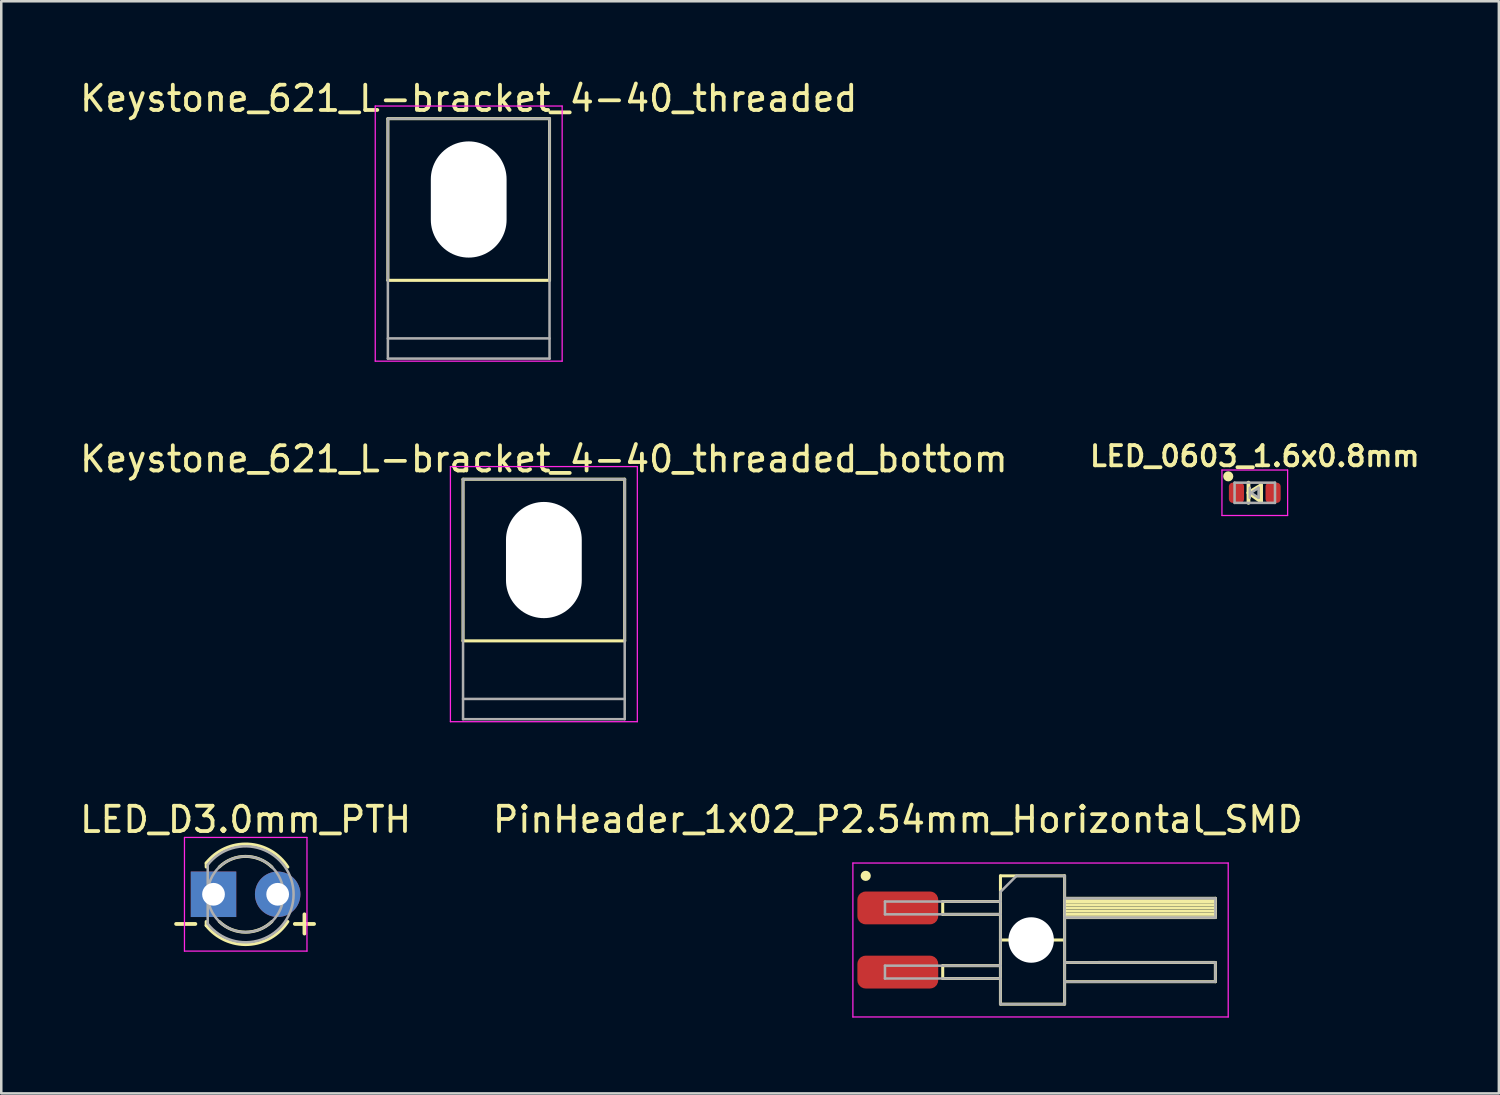
<source format=kicad_pcb>
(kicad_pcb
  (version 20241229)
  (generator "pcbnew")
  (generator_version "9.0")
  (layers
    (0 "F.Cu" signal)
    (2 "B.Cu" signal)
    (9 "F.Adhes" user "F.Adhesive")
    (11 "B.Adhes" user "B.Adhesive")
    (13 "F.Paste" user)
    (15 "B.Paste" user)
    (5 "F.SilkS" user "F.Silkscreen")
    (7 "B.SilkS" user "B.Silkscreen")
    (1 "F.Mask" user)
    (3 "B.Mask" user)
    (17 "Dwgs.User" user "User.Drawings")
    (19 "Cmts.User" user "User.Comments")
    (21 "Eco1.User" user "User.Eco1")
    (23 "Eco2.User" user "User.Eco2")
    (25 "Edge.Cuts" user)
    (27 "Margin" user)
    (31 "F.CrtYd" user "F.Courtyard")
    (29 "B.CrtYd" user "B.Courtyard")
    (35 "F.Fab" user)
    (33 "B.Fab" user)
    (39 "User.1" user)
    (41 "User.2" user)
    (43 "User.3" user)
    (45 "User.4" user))
  (footprint "LED_D3.0mm_PTH"
    (layer "F.Cu")
    (at 5.403 32.355)
    (property "Reference" "LED_D3.0mm_PTH" (at 1.27 -2.96 0) (layer "F.SilkS") (effects (font (size 1 1) (thickness 0.15))))
    (attr through_hole)
    (fp_line (start -0.29 -1.236) (end -0.29 -1.08) (stroke (width 0.12) (type solid)) (layer "F.SilkS"))
    (fp_line (start -0.29 1.08) (end -0.29 1.236) (stroke (width 0.12) (type solid)) (layer "F.SilkS"))
    (fp_arc (start -0.29 -1.235516) (mid 1.366487 -1.987659) (end 2.942335 -1.078608) (stroke (width 0.12) (type solid)) (layer "F.SilkS"))
    (fp_arc (start 0.229039 -1.08) (mid 1.270117 -1.5) (end 2.31113 -1.079837) (stroke (width 0.12) (type solid)) (layer "F.SilkS"))
    (fp_arc (start 2.31113 1.079837) (mid 1.270117 1.5) (end 0.229039 1.08) (stroke (width 0.12) (type solid)) (layer "F.SilkS"))
    (fp_arc (start 2.942335 1.078608) (mid 1.366487 1.987659) (end -0.29 1.235516) (stroke (width 0.12) (type solid)) (layer "F.SilkS"))
    (fp_line (start -1.15 -2.25) (end -1.15 2.25) (stroke (width 0.05) (type solid)) (layer "F.CrtYd"))
    (fp_line (start -1.15 2.25) (end 3.7 2.25) (stroke (width 0.05) (type solid)) (layer "F.CrtYd"))
    (fp_line (start 3.7 -2.25) (end -1.15 -2.25) (stroke (width 0.05) (type solid)) (layer "F.CrtYd"))
    (fp_line (start 3.7 2.25) (end 3.7 -2.25) (stroke (width 0.05) (type solid)) (layer "F.CrtYd"))
    (fp_line (start -0.23 -1.166) (end -0.23 1.166) (stroke (width 0.1) (type solid)) (layer "F.Fab"))
    (fp_arc (start -0.23 -1.16619) (mid 3.17 0.000452) (end -0.230555 1.165476) (stroke (width 0.1) (type solid)) (layer "F.Fab"))
    (fp_circle (center 1.27 0) (end 2.77 0) (stroke (width 0.1) (type solid)) (fill no) (layer "F.Fab"))
    (fp_text user "+" (at 3.6 1.1 0) (unlocked yes) (layer "F.SilkS") (effects (font (size 1 1) (thickness 0.15))))
    (fp_text user "-" (at -1.1 1.1 0) (unlocked yes) (layer "F.SilkS") (effects (font (size 1 1) (thickness 0.15))))
    (pad "1" thru_hole rect (at 0 0) (size 1.8 1.8) (drill 0.9) (layers "*.Cu" "*.Mask"))
    (pad "2" thru_hole circle (at 2.54 0) (size 1.8 1.8) (drill 0.9) (layers "*.Cu" "*.Mask")))
  (footprint "Keystone_621_L-bracket_4-40_threaded"
    (layer "F.Cu")
    (at 15.506 4.848)
    (property "Reference" "Keystone_621_L-bracket_4-40_threaded" (at 0 -4 0) (layer "F.SilkS") (effects (font (size 1 1) (thickness 0.15))))
    (attr through_hole)
    (fp_line (start -3.2 3.2) (end -3.2 -3.2) (stroke (width 0.12) (type solid)) (layer "F.SilkS"))
    (fp_line (start 3.2 -3.2) (end -3.2 -3.2) (stroke (width 0.12) (type solid)) (layer "F.SilkS"))
    (fp_line (start 3.2 3.2) (end -3.2 3.2) (stroke (width 0.12) (type solid)) (layer "F.SilkS"))
    (fp_line (start 3.2 3.2) (end 3.2 -3.2) (stroke (width 0.12) (type solid)) (layer "F.SilkS"))
    (fp_line (start -3.7 -3.7) (end -3.7 6.4) (stroke (width 0.05) (type solid)) (layer "F.CrtYd"))
    (fp_line (start 3.7 -3.7) (end -3.7 -3.7) (stroke (width 0.05) (type solid)) (layer "F.CrtYd"))
    (fp_line (start 3.7 -3.7) (end 3.7 6.4) (stroke (width 0.05) (type solid)) (layer "F.CrtYd"))
    (fp_line (start 3.7 6.4) (end -3.7 6.4) (stroke (width 0.05) (type solid)) (layer "F.CrtYd"))
    (fp_line (start -3.2 -3.2) (end 3.2 -3.2) (stroke (width 0.1) (type solid)) (layer "F.Fab"))
    (fp_line (start -3.2 6.3) (end -3.2 -3.2) (stroke (width 0.1) (type solid)) (layer "F.Fab"))
    (fp_line (start 3.2 -3.2) (end 3.2 6.3) (stroke (width 0.1) (type solid)) (layer "F.Fab"))
    (fp_line (start 3.2 5.5) (end -3.2 5.5) (stroke (width 0.1) (type solid)) (layer "F.Fab"))
    (fp_line (start 3.2 6.3) (end -3.2 6.3) (stroke (width 0.1) (type solid)) (layer "F.Fab"))
    (pad "" np_thru_hole oval (at 0 0) (size 3 4.6) (drill oval 3 4.6) (layers "*.Cu" "*.Mask")))
  (footprint "LED_0603_1.6x0.8mm"
    (layer "F.Cu")
    (at 46.627 16.459)
    (property "Reference" "LED_0603_1.6x0.8mm" (at 0 -1.45 0) (layer "F.SilkS") (effects (font (size 0.8 0.8) (thickness 0.152))))
    (attr smd)
    (fp_line (start -0.25 -0.4) (end -0.25 0.4) (stroke (width 0.15) (type solid)) (layer "F.SilkS"))
    (fp_line (start -0.25 0) (end 0.25 -0.3) (stroke (width 0.15) (type solid)) (layer "F.SilkS"))
    (fp_line (start 0.25 -0.3) (end 0.25 0.35) (stroke (width 0.15) (type solid)) (layer "F.SilkS"))
    (fp_line (start 0.25 0.35) (end -0.25 0) (stroke (width 0.15) (type solid)) (layer "F.SilkS"))
    (fp_circle (center -1.05 -0.65) (end -0.95 -0.65) (stroke (width 0.2) (type solid)) (fill no) (layer "F.SilkS"))
    (fp_line (start -1.3 -0.9) (end 1.3 -0.9) (stroke (width 0.05) (type solid)) (layer "F.CrtYd"))
    (fp_line (start -1.3 0.9) (end -1.3 -0.9) (stroke (width 0.05) (type solid)) (layer "F.CrtYd"))
    (fp_line (start 1.3 -0.9) (end 1.3 0.9) (stroke (width 0.05) (type solid)) (layer "F.CrtYd"))
    (fp_line (start 1.3 0.9) (end -1.3 0.9) (stroke (width 0.05) (type solid)) (layer "F.CrtYd"))
    (fp_line (start -0.8 -0.4) (end 0.8 -0.4) (stroke (width 0.1) (type solid)) (layer "F.Fab"))
    (fp_line (start -0.8 0.4) (end -0.8 -0.4) (stroke (width 0.1) (type solid)) (layer "F.Fab"))
    (fp_line (start -0.2 -0.2) (end -0.2 0.2) (stroke (width 0.1) (type solid)) (layer "F.Fab"))
    (fp_line (start -0.15 0) (end 0.15 -0.2) (stroke (width 0.1) (type solid)) (layer "F.Fab"))
    (fp_line (start 0.15 -0.2) (end 0.15 0.2) (stroke (width 0.1) (type solid)) (layer "F.Fab"))
    (fp_line (start 0.15 0.2) (end -0.15 0) (stroke (width 0.1) (type solid)) (layer "F.Fab"))
    (fp_line (start 0.8 -0.4) (end 0.8 0.4) (stroke (width 0.1) (type solid)) (layer "F.Fab"))
    (fp_line (start 0.8 0.4) (end -0.8 0.4) (stroke (width 0.1) (type solid)) (layer "F.Fab"))
    (pad "1" smd roundrect (at -0.725 0 180) (size 0.6 0.8) (layers "F.Cu" "F.Mask" "F.Paste") (roundrect_rratio 0.25))
    (pad "2" smd roundrect (at 0.725 0 180) (size 0.6 0.8) (layers "F.Cu" "F.Mask" "F.Paste") (roundrect_rratio 0.25)))
  (footprint "PinHeader_1x02_P2.54mm_Horizontal_SMD"
    (layer "F.Cu")
    (at 32.494 32.895)
    (property "Reference" "PinHeader_1x02_P2.54mm_Horizontal_SMD" (at 0 -3.5 0) (layer "F.SilkS") (effects (font (size 1 1) (thickness 0.15))))
    (attr smd)
    (fp_line (start 1.778 -0.254) (end 4.064 -0.254) (stroke (width 0.12) (type solid)) (layer "F.SilkS"))
    (fp_line (start 1.778 0.254) (end 1.778 -0.254) (stroke (width 0.12) (type solid)) (layer "F.SilkS"))
    (fp_line (start 1.778 0.254) (end 4.064 0.254) (stroke (width 0.12) (type solid)) (layer "F.SilkS"))
    (fp_line (start 1.778 2.286) (end 4.064 2.286) (stroke (width 0.12) (type solid)) (layer "F.SilkS"))
    (fp_line (start 1.778 2.794) (end 1.778 2.286) (stroke (width 0.12) (type solid)) (layer "F.SilkS"))
    (fp_line (start 1.778 2.794) (end 4.064 2.794) (stroke (width 0.12) (type solid)) (layer "F.SilkS"))
    (fp_line (start 4.064 1.27) (end 6.597 1.27) (stroke (width 0.12) (type solid)) (layer "F.SilkS"))
    (fp_line (start 4.064 3.803) (end 4.064 -1.27) (stroke (width 0.12) (type solid)) (layer "F.SilkS"))
    (fp_line (start 4.064 3.81) (end 6.604 3.81) (stroke (width 0.12) (type solid)) (layer "F.SilkS"))
    (fp_line (start 6.604 -1.27) (end 4.064 -1.27) (stroke (width 0.12) (type solid)) (layer "F.SilkS"))
    (fp_line (start 6.604 -0.381) (end 12.573 -0.381) (stroke (width 0.12) (type solid)) (layer "F.SilkS"))
    (fp_line (start 6.604 -0.254) (end 12.573 -0.254) (stroke (width 0.12) (type solid)) (layer "F.SilkS"))
    (fp_line (start 6.604 -0.127) (end 12.573 -0.127) (stroke (width 0.12) (type solid)) (layer "F.SilkS"))
    (fp_line (start 6.604 0) (end 12.573 0) (stroke (width 0.12) (type solid)) (layer "F.SilkS"))
    (fp_line (start 6.604 0.127) (end 12.573 0.127) (stroke (width 0.12) (type solid)) (layer "F.SilkS"))
    (fp_line (start 6.604 0.254) (end 12.573 0.254) (stroke (width 0.12) (type solid)) (layer "F.SilkS"))
    (fp_line (start 6.604 0.381) (end 12.573 0.381) (stroke (width 0.12) (type solid)) (layer "F.SilkS"))
    (fp_line (start 6.604 3.803) (end 6.604 -1.27) (stroke (width 0.12) (type solid)) (layer "F.SilkS"))
    (fp_line (start 6.64 2.16) (end 12.573 2.159) (stroke (width 0.12) (type solid)) (layer "F.SilkS"))
    (fp_line (start 12.573 -0.381) (end 12.573 0.38) (stroke (width 0.12) (type solid)) (layer "F.SilkS"))
    (fp_line (start 12.573 2.16) (end 12.573 2.921) (stroke (width 0.12) (type solid)) (layer "F.SilkS"))
    (fp_line (start 12.573 2.921) (end 6.64 2.92) (stroke (width 0.12) (type solid)) (layer "F.SilkS"))
    (fp_circle (center -1.27 -1.27) (end -1.168 -1.27) (stroke (width 0.2) (type solid)) (fill no) (layer "F.SilkS"))
    (fp_line (start -1.778 -1.778) (end -1.778 4.318) (stroke (width 0.05) (type solid)) (layer "F.CrtYd"))
    (fp_line (start -1.778 4.318) (end 13.081 4.318) (stroke (width 0.05) (type solid)) (layer "F.CrtYd"))
    (fp_line (start 13.081 -1.778) (end -1.778 -1.778) (stroke (width 0.05) (type solid)) (layer "F.CrtYd"))
    (fp_line (start 13.081 4.318) (end 13.081 -1.778) (stroke (width 0.05) (type solid)) (layer "F.CrtYd"))
    (fp_line (start -0.508 -0.254) (end -0.508 0.254) (stroke (width 0.1) (type solid)) (layer "F.Fab"))
    (fp_line (start -0.508 -0.254) (end 4.064 -0.254) (stroke (width 0.1) (type solid)) (layer "F.Fab"))
    (fp_line (start -0.508 0.254) (end 4.064 0.254) (stroke (width 0.1) (type solid)) (layer "F.Fab"))
    (fp_line (start -0.508 2.286) (end -0.508 2.794) (stroke (width 0.1) (type solid)) (layer "F.Fab"))
    (fp_line (start -0.508 2.286) (end 4.064 2.286) (stroke (width 0.1) (type solid)) (layer "F.Fab"))
    (fp_line (start -0.508 2.794) (end 4.064 2.794) (stroke (width 0.1) (type solid)) (layer "F.Fab"))
    (fp_line (start 4.064 -0.635) (end 4.699 -1.27) (stroke (width 0.1) (type solid)) (layer "F.Fab"))
    (fp_line (start 4.064 3.81) (end 4.064 -0.635) (stroke (width 0.1) (type solid)) (layer "F.Fab"))
    (fp_line (start 4.699 -1.27) (end 6.604 -1.27) (stroke (width 0.1) (type solid)) (layer "F.Fab"))
    (fp_line (start 6.604 -1.27) (end 6.604 3.81) (stroke (width 0.1) (type solid)) (layer "F.Fab"))
    (fp_line (start 6.604 -0.381) (end 12.573 -0.381) (stroke (width 0.1) (type solid)) (layer "F.Fab"))
    (fp_line (start 6.604 0.381) (end 12.573 0.381) (stroke (width 0.1) (type solid)) (layer "F.Fab"))
    (fp_line (start 6.604 2.159) (end 12.573 2.159) (stroke (width 0.1) (type solid)) (layer "F.Fab"))
    (fp_line (start 6.604 2.921) (end 12.573 2.921) (stroke (width 0.1) (type solid)) (layer "F.Fab"))
    (fp_line (start 6.604 3.81) (end 4.064 3.81) (stroke (width 0.1) (type solid)) (layer "F.Fab"))
    (fp_line (start 12.573 -0.381) (end 12.573 0.381) (stroke (width 0.1) (type solid)) (layer "F.Fab"))
    (fp_line (start 12.573 2.159) (end 12.573 2.921) (stroke (width 0.1) (type solid)) (layer "F.Fab"))
    (pad "" np_thru_hole circle (at 5.28 1.27) (size 1.8 1.8) (drill 1.8) (layers "*.Cu" "*.Mask"))
    (pad "1" smd roundrect (at 0 0) (size 3.2 1.3) (layers "F.Cu" "F.Mask" "F.Paste") (roundrect_rratio 0.25))
    (pad "2" smd roundrect (at 0 2.54) (size 3.2 1.3) (layers "F.Cu" "F.Mask" "F.Paste") (roundrect_rratio 0.25)))
  (footprint "Keystone_621_L-bracket_4-40_threaded_bottom"
    (layer "F.Cu")
    (at 18.482 19.122)
    (property "Reference" "Keystone_621_L-bracket_4-40_threaded_bottom" (at 0 -4 0) (layer "F.SilkS") (effects (font (size 1 1) (thickness 0.15))))
    (attr through_hole)
    (fp_line (start -3.2 3.2) (end -3.2 -3.2) (stroke (width 0.12) (type solid)) (layer "F.SilkS"))
    (fp_line (start 3.2 -3.2) (end -3.2 -3.2) (stroke (width 0.12) (type solid)) (layer "F.SilkS"))
    (fp_line (start 3.2 3.2) (end -3.2 3.2) (stroke (width 0.12) (type solid)) (layer "F.SilkS"))
    (fp_line (start 3.2 3.2) (end 3.2 -3.2) (stroke (width 0.12) (type solid)) (layer "F.SilkS"))
    (fp_line (start -3.7 -3.7) (end -3.7 6.4) (stroke (width 0.05) (type solid)) (layer "F.CrtYd"))
    (fp_line (start 3.7 -3.7) (end -3.7 -3.7) (stroke (width 0.05) (type solid)) (layer "F.CrtYd"))
    (fp_line (start 3.7 -3.7) (end 3.7 6.4) (stroke (width 0.05) (type solid)) (layer "F.CrtYd"))
    (fp_line (start 3.7 6.4) (end -3.7 6.4) (stroke (width 0.05) (type solid)) (layer "F.CrtYd"))
    (fp_line (start -3.2 -3.2) (end 3.2 -3.2) (stroke (width 0.1) (type solid)) (layer "F.Fab"))
    (fp_line (start -3.2 6.3) (end -3.2 -3.2) (stroke (width 0.1) (type solid)) (layer "F.Fab"))
    (fp_line (start 3.2 -3.2) (end 3.2 6.3) (stroke (width 0.1) (type solid)) (layer "F.Fab"))
    (fp_line (start 3.2 5.5) (end -3.2 5.5) (stroke (width 0.1) (type solid)) (layer "F.Fab"))
    (fp_line (start 3.2 6.3) (end -3.2 6.3) (stroke (width 0.1) (type solid)) (layer "F.Fab"))
    (pad "" np_thru_hole oval (at 0 0) (size 3 4.6) (drill oval 3 4.6) (layers "*.Cu" "*.Mask")))
  (gr_rect
    (start -3 -3)
    (end 56.29 40.238)
    (stroke (width 0.1) (type default))
    (fill no)
    (layer "Edge.Cuts")))
</source>
